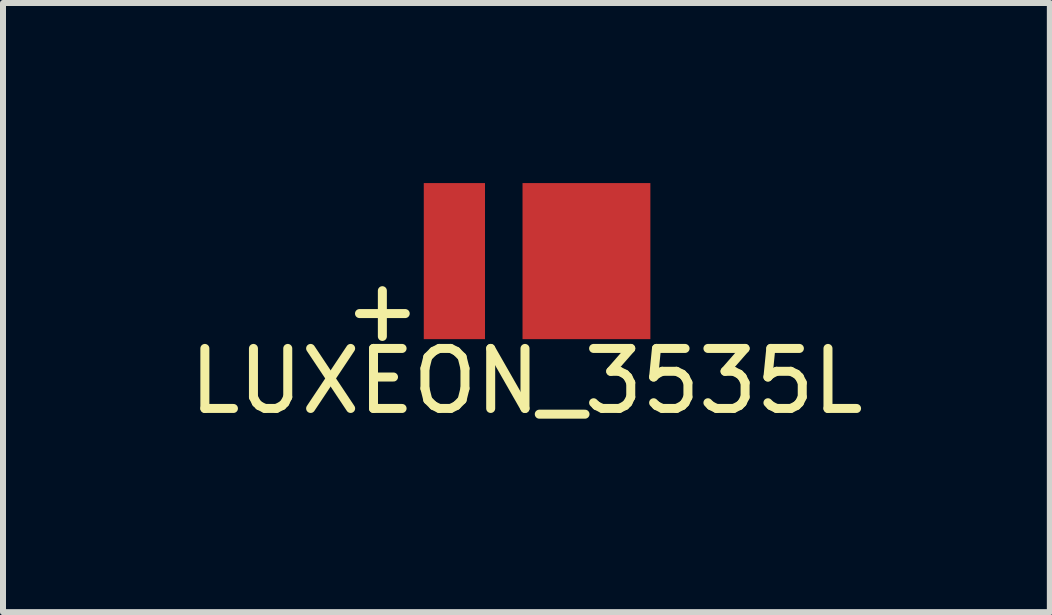
<source format=kicad_pcb>
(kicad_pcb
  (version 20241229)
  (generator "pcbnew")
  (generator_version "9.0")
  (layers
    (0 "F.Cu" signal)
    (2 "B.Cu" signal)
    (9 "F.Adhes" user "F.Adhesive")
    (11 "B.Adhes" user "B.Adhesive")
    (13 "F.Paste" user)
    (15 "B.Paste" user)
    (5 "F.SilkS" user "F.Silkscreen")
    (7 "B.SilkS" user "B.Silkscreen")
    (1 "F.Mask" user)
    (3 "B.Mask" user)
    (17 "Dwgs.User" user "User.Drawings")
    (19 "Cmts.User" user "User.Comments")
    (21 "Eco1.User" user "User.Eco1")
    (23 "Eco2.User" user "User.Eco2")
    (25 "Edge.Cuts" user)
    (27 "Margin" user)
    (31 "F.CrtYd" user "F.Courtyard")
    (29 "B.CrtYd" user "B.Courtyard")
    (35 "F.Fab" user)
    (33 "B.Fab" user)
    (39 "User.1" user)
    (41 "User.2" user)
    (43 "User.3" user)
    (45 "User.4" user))
  (footprint "LUXEON_3535L"
    (layer "F.Cu")
    (at 5.72 1.3)
    (property "Reference" "LUXEON_3535L" (at 0 2 0) (layer "F.SilkS") (effects (font (size 1 1) (thickness 0.15))))
    (attr through_hole)
    (fp_text user "+" (at -2.4 0.8 0) (layer "F.SilkS") (effects (font (size 1 1) (thickness 0.15))))
    (pad "1" smd rect (at -1.2 0) (size 1.02 2.6) (layers "F.Cu" "F.Mask" "F.Paste"))
    (pad "2" smd rect (at 1 0) (size 2.13 2.6) (layers "F.Cu" "F.Mask" "F.Paste")))
  (gr_rect
    (start -3 -3)
    (end 14.44 7.148)
    (stroke (width 0.1) (type default))
    (fill no)
    (layer "Edge.Cuts")))
</source>
